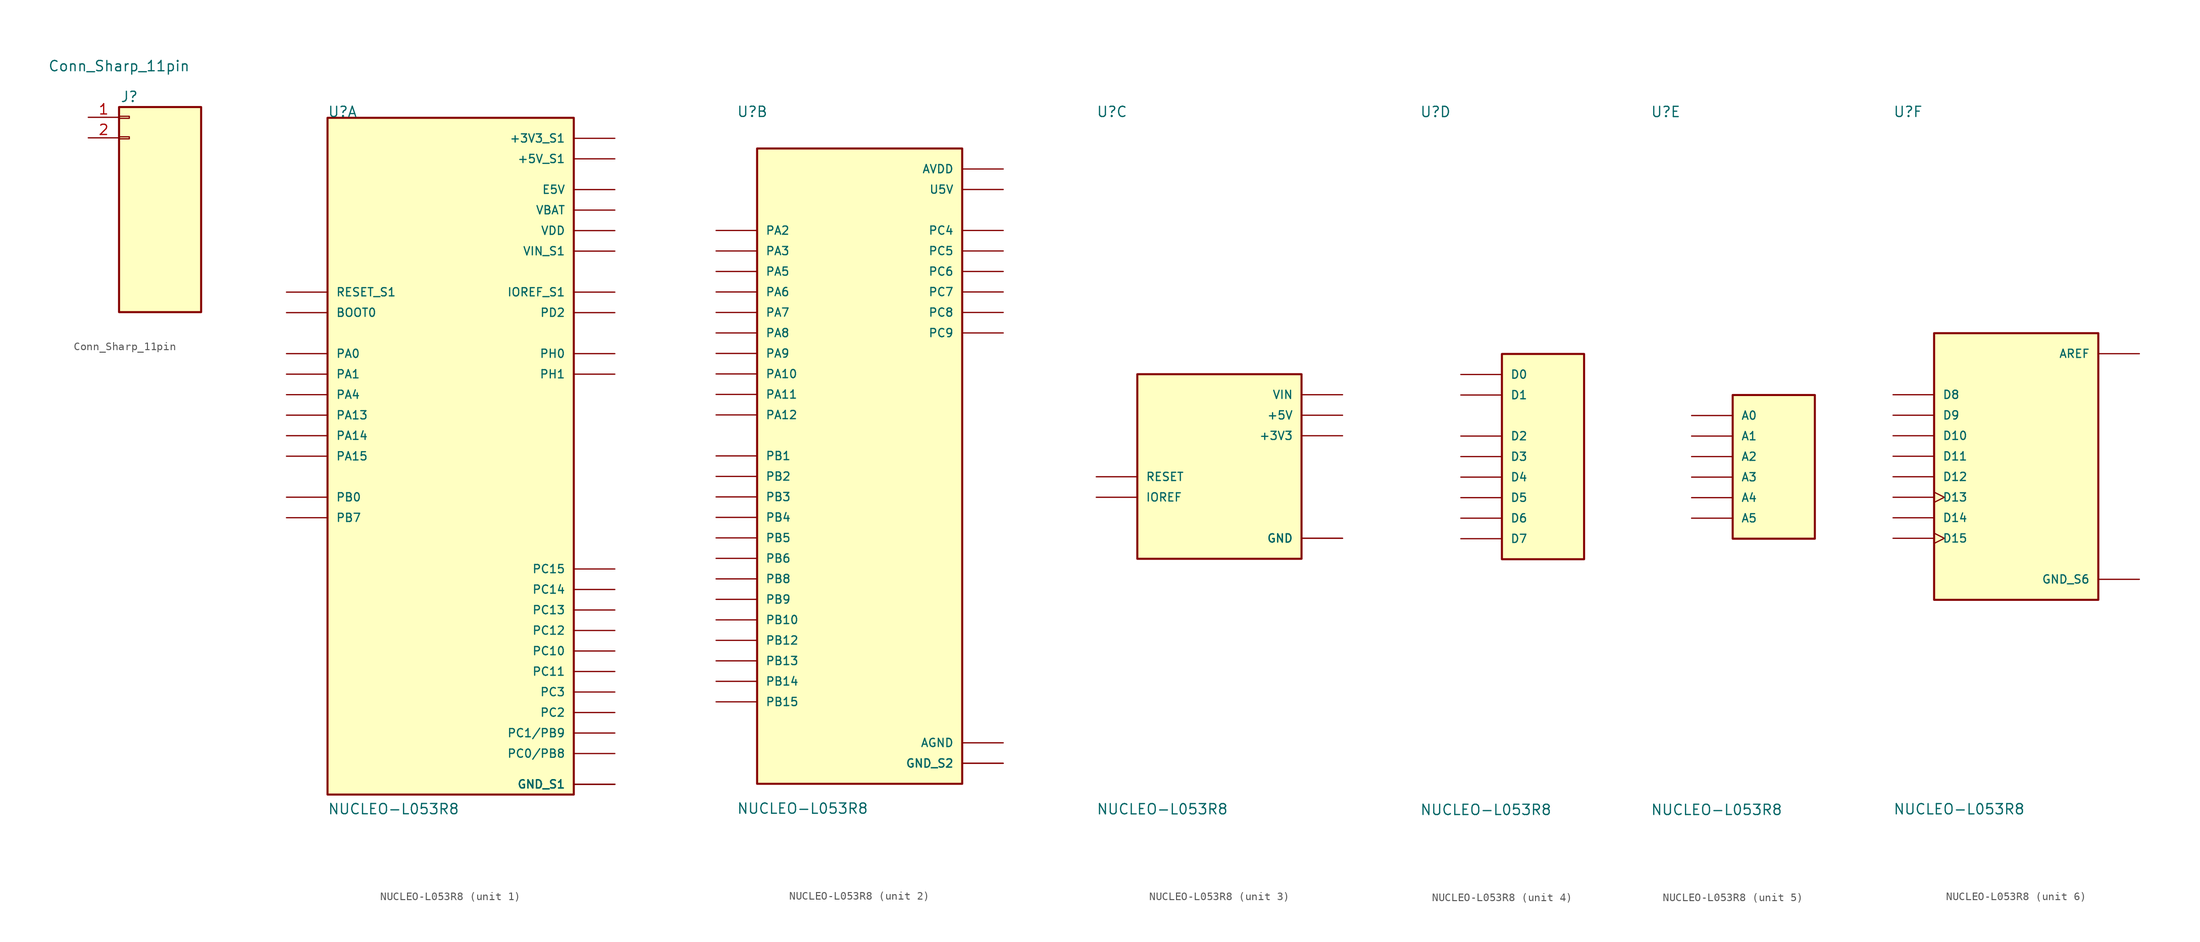
<source format=kicad_sym>
(kicad_symbol_lib
  (version 20211014)
  (generator kicad_symbol_editor)
  (symbol "Conn_Sharp_11pin"
    (pin_names
      (offset 1.016) hide)
    (property "Reference" "J"
      (at 0 2.54 0)
      (effects (font (size 1.27 1.27))))
    (property "Value" "Conn_Sharp_11pin"
      (at -1.27 6.35 0)
      (effects (font (size 1.27 1.27))))
    (symbol "Conn_Sharp_11pin_1_1"
      (rectangle (start -1.27 -2.413) (end 0 -2.667) (stroke (width 0.152) (type default) (color 0 0 0 0)) (fill (type none)))
      (rectangle (start -1.27 0.127) (end 0 -0.127) (stroke (width 0.152) (type default) (color 0 0 0 0)) (fill (type none)))
      (rectangle (start -1.27 1.27) (end 8.89 -24.13) (stroke (width 0.254) (type default) (color 0 0 0 0)) (fill (type background)))
      (pin passive line (at -5.08 0 0) (length 3.81) (name "MT_OUT2" (effects (font (size 1.27 1.27)))) (number "1" (effects (font (size 1.27 1.27)))))
      (pin passive line (at -5.08 -2.54 0) (length 3.81) (name "VGG" (effects (font (size 1.27 1.27)))) (number "2" (effects (font (size 1.27 1.27)))))))
  (symbol "NUCLEO-L053R8"
    (pin_numbers hide)
    (pin_names
      (offset 1.016))
    (property "Reference" "U"
      (at -15.24 41.91 0)
      (effects (font (size 1.27 1.27)) (justify left bottom)))
    (property "Value" "NUCLEO-L053R8"
      (at -15.24 -44.45 0)
      (effects (font (size 1.27 1.27)) (justify left bottom)))
    (property "ki_locked" ""
      (at 0 0 0)
      (effects (font (size 1.27 1.27))))
    (symbol "NUCLEO-L053R8_1_0"
      (rectangle (start -15.24 -41.91) (end 15.24 41.91) (stroke (width 0.254) (type default) (color 0 0 0 0)) (fill (type background)))
      (pin bidirectional line (at 20.32 -24.13 180) (length 5.08) (name "PC10" (effects (font (size 1.016 1.016)))) (number "CN7_1" (effects (font (size 1.016 1.016)))))
      (pin bidirectional line (at 20.32 20.32 180) (length 5.08) (name "IOREF_S1" (effects (font (size 1.016 1.016)))) (number "CN7_12" (effects (font (size 1.016 1.016)))))
      (pin bidirectional line (at -20.32 5.08 0) (length 5.08) (name "PA13" (effects (font (size 1.016 1.016)))) (number "CN7_13" (effects (font (size 1.016 1.016)))))
      (pin bidirectional line (at -20.32 20.32 0) (length 5.08) (name "RESET_S1" (effects (font (size 1.016 1.016)))) (number "CN7_14" (effects (font (size 1.016 1.016)))))
      (pin bidirectional line (at -20.32 2.54 0) (length 5.08) (name "PA14" (effects (font (size 1.016 1.016)))) (number "CN7_15" (effects (font (size 1.016 1.016)))))
      (pin power_in line (at 20.32 39.37 180) (length 5.08) (name "+3V3_S1" (effects (font (size 1.016 1.016)))) (number "CN7_16" (effects (font (size 1.016 1.016)))))
      (pin bidirectional line (at -20.32 0 0) (length 5.08) (name "PA15" (effects (font (size 1.016 1.016)))) (number "CN7_17" (effects (font (size 1.016 1.016)))))
      (pin power_in line (at 20.32 36.83 180) (length 5.08) (name "+5V_S1" (effects (font (size 1.016 1.016)))) (number "CN7_18" (effects (font (size 1.016 1.016)))))
      (pin power_in line (at 20.32 -40.64 180) (length 5.08) (name "GND_S1" (effects (font (size 1.016 1.016)))) (number "CN7_19" (effects (font (size 1.016 1.016)))))
      (pin bidirectional line (at 20.32 -26.67 180) (length 5.08) (name "PC11" (effects (font (size 1.016 1.016)))) (number "CN7_2" (effects (font (size 1.016 1.016)))))
      (pin power_in line (at 20.32 -40.64 180) (length 5.08) (name "GND_S1" (effects (font (size 1.016 1.016)))) (number "CN7_20" (effects (font (size 1.016 1.016)))))
      (pin bidirectional line (at -20.32 -7.62 0) (length 5.08) (name "PB7" (effects (font (size 1.016 1.016)))) (number "CN7_21" (effects (font (size 1.016 1.016)))))
      (pin power_in line (at 20.32 -40.64 180) (length 5.08) (name "GND_S1" (effects (font (size 1.016 1.016)))) (number "CN7_22" (effects (font (size 1.016 1.016)))))
      (pin bidirectional line (at 20.32 -19.05 180) (length 5.08) (name "PC13" (effects (font (size 1.016 1.016)))) (number "CN7_23" (effects (font (size 1.016 1.016)))))
      (pin power_in line (at 20.32 25.4 180) (length 5.08) (name "VIN_S1" (effects (font (size 1.016 1.016)))) (number "CN7_24" (effects (font (size 1.016 1.016)))))
      (pin bidirectional line (at 20.32 -16.51 180) (length 5.08) (name "PC14" (effects (font (size 1.016 1.016)))) (number "CN7_25" (effects (font (size 1.016 1.016)))))
      (pin bidirectional line (at 20.32 -13.97 180) (length 5.08) (name "PC15" (effects (font (size 1.016 1.016)))) (number "CN7_27" (effects (font (size 1.016 1.016)))))
      (pin bidirectional line (at -20.32 12.7 0) (length 5.08) (name "PA0" (effects (font (size 1.016 1.016)))) (number "CN7_28" (effects (font (size 1.016 1.016)))))
      (pin bidirectional line (at 20.32 12.7 180) (length 5.08) (name "PH0" (effects (font (size 1.016 1.016)))) (number "CN7_29" (effects (font (size 1.016 1.016)))))
      (pin bidirectional line (at 20.32 -21.59 180) (length 5.08) (name "PC12" (effects (font (size 1.016 1.016)))) (number "CN7_3" (effects (font (size 1.016 1.016)))))
      (pin bidirectional line (at -20.32 10.16 0) (length 5.08) (name "PA1" (effects (font (size 1.016 1.016)))) (number "CN7_30" (effects (font (size 1.016 1.016)))))
      (pin bidirectional line (at 20.32 10.16 180) (length 5.08) (name "PH1" (effects (font (size 1.016 1.016)))) (number "CN7_31" (effects (font (size 1.016 1.016)))))
      (pin bidirectional line (at -20.32 7.62 0) (length 5.08) (name "PA4" (effects (font (size 1.016 1.016)))) (number "CN7_32" (effects (font (size 1.016 1.016)))))
      (pin power_in line (at 20.32 30.48 180) (length 5.08) (name "VBAT" (effects (font (size 1.016 1.016)))) (number "CN7_33" (effects (font (size 1.016 1.016)))))
      (pin bidirectional line (at -20.32 -5.08 0) (length 5.08) (name "PB0" (effects (font (size 1.016 1.016)))) (number "CN7_34" (effects (font (size 1.016 1.016)))))
      (pin bidirectional line (at 20.32 -31.75 180) (length 5.08) (name "PC2" (effects (font (size 1.016 1.016)))) (number "CN7_35" (effects (font (size 1.016 1.016)))))
      (pin bidirectional line (at 20.32 -34.29 180) (length 5.08) (name "PC1/PB9" (effects (font (size 1.016 1.016)))) (number "CN7_36" (effects (font (size 1.016 1.016)))))
      (pin bidirectional line (at 20.32 -29.21 180) (length 5.08) (name "PC3" (effects (font (size 1.016 1.016)))) (number "CN7_37" (effects (font (size 1.016 1.016)))))
      (pin bidirectional line (at 20.32 -36.83 180) (length 5.08) (name "PC0/PB8" (effects (font (size 1.016 1.016)))) (number "CN7_38" (effects (font (size 1.016 1.016)))))
      (pin bidirectional line (at 20.32 17.78 180) (length 5.08) (name "PD2" (effects (font (size 1.016 1.016)))) (number "CN7_4" (effects (font (size 1.016 1.016)))))
      (pin power_in line (at 20.32 27.94 180) (length 5.08) (name "VDD" (effects (font (size 1.016 1.016)))) (number "CN7_5" (effects (font (size 1.016 1.016)))))
      (pin power_in line (at 20.32 33.02 180) (length 5.08) (name "E5V" (effects (font (size 1.016 1.016)))) (number "CN7_6" (effects (font (size 1.016 1.016)))))
      (pin bidirectional line (at -20.32 17.78 0) (length 5.08) (name "BOOT0" (effects (font (size 1.016 1.016)))) (number "CN7_7" (effects (font (size 1.016 1.016)))))
      (pin power_in line (at 20.32 -40.64 180) (length 5.08) (name "GND_S1" (effects (font (size 1.016 1.016)))) (number "CN7_8" (effects (font (size 1.016 1.016))))))
    (symbol "NUCLEO-L053R8_2_0"
      (rectangle (start -12.7 -40.64) (end 12.7 38.1) (stroke (width 0.254) (type default) (color 0 0 0 0)) (fill (type background)))
      (pin bidirectional line (at 17.78 15.24 180) (length 5.08) (name "PC9" (effects (font (size 1.016 1.016)))) (number "CN10_1" (effects (font (size 1.016 1.016)))))
      (pin bidirectional line (at -17.78 22.86 0) (length 5.08) (name "PA5" (effects (font (size 1.016 1.016)))) (number "CN10_11" (effects (font (size 1.016 1.016)))))
      (pin bidirectional line (at -17.78 5.08 0) (length 5.08) (name "PA12" (effects (font (size 1.016 1.016)))) (number "CN10_12" (effects (font (size 1.016 1.016)))))
      (pin bidirectional line (at -17.78 20.32 0) (length 5.08) (name "PA6" (effects (font (size 1.016 1.016)))) (number "CN10_13" (effects (font (size 1.016 1.016)))))
      (pin bidirectional line (at -17.78 7.62 0) (length 5.08) (name "PA11" (effects (font (size 1.016 1.016)))) (number "CN10_14" (effects (font (size 1.016 1.016)))))
      (pin bidirectional line (at -17.78 17.78 0) (length 5.08) (name "PA7" (effects (font (size 1.016 1.016)))) (number "CN10_15" (effects (font (size 1.016 1.016)))))
      (pin bidirectional line (at -17.78 -22.86 0) (length 5.08) (name "PB12" (effects (font (size 1.016 1.016)))) (number "CN10_16" (effects (font (size 1.016 1.016)))))
      (pin bidirectional line (at -17.78 -12.7 0) (length 5.08) (name "PB6" (effects (font (size 1.016 1.016)))) (number "CN10_17" (effects (font (size 1.016 1.016)))))
      (pin bidirectional line (at 17.78 20.32 180) (length 5.08) (name "PC7" (effects (font (size 1.016 1.016)))) (number "CN10_19" (effects (font (size 1.016 1.016)))))
      (pin bidirectional line (at 17.78 17.78 180) (length 5.08) (name "PC8" (effects (font (size 1.016 1.016)))) (number "CN10_2" (effects (font (size 1.016 1.016)))))
      (pin power_in line (at 17.78 -38.1 180) (length 5.08) (name "GND_S2" (effects (font (size 1.016 1.016)))) (number "CN10_20" (effects (font (size 1.016 1.016)))))
      (pin bidirectional line (at -17.78 12.7 0) (length 5.08) (name "PA9" (effects (font (size 1.016 1.016)))) (number "CN10_21" (effects (font (size 1.016 1.016)))))
      (pin bidirectional line (at -17.78 -2.54 0) (length 5.08) (name "PB2" (effects (font (size 1.016 1.016)))) (number "CN10_22" (effects (font (size 1.016 1.016)))))
      (pin bidirectional line (at -17.78 15.24 0) (length 5.08) (name "PA8" (effects (font (size 1.016 1.016)))) (number "CN10_23" (effects (font (size 1.016 1.016)))))
      (pin bidirectional line (at -17.78 0 0) (length 5.08) (name "PB1" (effects (font (size 1.016 1.016)))) (number "CN10_24" (effects (font (size 1.016 1.016)))))
      (pin bidirectional line (at -17.78 -20.32 0) (length 5.08) (name "PB10" (effects (font (size 1.016 1.016)))) (number "CN10_25" (effects (font (size 1.016 1.016)))))
      (pin bidirectional line (at -17.78 -30.48 0) (length 5.08) (name "PB15" (effects (font (size 1.016 1.016)))) (number "CN10_26" (effects (font (size 1.016 1.016)))))
      (pin bidirectional line (at -17.78 -7.62 0) (length 5.08) (name "PB4" (effects (font (size 1.016 1.016)))) (number "CN10_27" (effects (font (size 1.016 1.016)))))
      (pin bidirectional line (at -17.78 -27.94 0) (length 5.08) (name "PB14" (effects (font (size 1.016 1.016)))) (number "CN10_28" (effects (font (size 1.016 1.016)))))
      (pin bidirectional line (at -17.78 -10.16 0) (length 5.08) (name "PB5" (effects (font (size 1.016 1.016)))) (number "CN10_29" (effects (font (size 1.016 1.016)))))
      (pin bidirectional line (at -17.78 -15.24 0) (length 5.08) (name "PB8" (effects (font (size 1.016 1.016)))) (number "CN10_3" (effects (font (size 1.016 1.016)))))
      (pin bidirectional line (at -17.78 -25.4 0) (length 5.08) (name "PB13" (effects (font (size 1.016 1.016)))) (number "CN10_30" (effects (font (size 1.016 1.016)))))
      (pin bidirectional line (at -17.78 -5.08 0) (length 5.08) (name "PB3" (effects (font (size 1.016 1.016)))) (number "CN10_31" (effects (font (size 1.016 1.016)))))
      (pin power_in line (at 17.78 -35.56 180) (length 5.08) (name "AGND" (effects (font (size 1.016 1.016)))) (number "CN10_32" (effects (font (size 1.016 1.016)))))
      (pin bidirectional line (at -17.78 10.16 0) (length 5.08) (name "PA10" (effects (font (size 1.016 1.016)))) (number "CN10_33" (effects (font (size 1.016 1.016)))))
      (pin bidirectional line (at 17.78 27.94 180) (length 5.08) (name "PC4" (effects (font (size 1.016 1.016)))) (number "CN10_34" (effects (font (size 1.016 1.016)))))
      (pin bidirectional line (at -17.78 27.94 0) (length 5.08) (name "PA2" (effects (font (size 1.016 1.016)))) (number "CN10_35" (effects (font (size 1.016 1.016)))))
      (pin bidirectional line (at -17.78 25.4 0) (length 5.08) (name "PA3" (effects (font (size 1.016 1.016)))) (number "CN10_37" (effects (font (size 1.016 1.016)))))
      (pin bidirectional line (at 17.78 22.86 180) (length 5.08) (name "PC6" (effects (font (size 1.016 1.016)))) (number "CN10_4" (effects (font (size 1.016 1.016)))))
      (pin bidirectional line (at -17.78 -17.78 0) (length 5.08) (name "PB9" (effects (font (size 1.016 1.016)))) (number "CN10_5" (effects (font (size 1.016 1.016)))))
      (pin bidirectional line (at 17.78 25.4 180) (length 5.08) (name "PC5" (effects (font (size 1.016 1.016)))) (number "CN10_6" (effects (font (size 1.016 1.016)))))
      (pin power_in line (at 17.78 35.56 180) (length 5.08) (name "AVDD" (effects (font (size 1.016 1.016)))) (number "CN10_7" (effects (font (size 1.016 1.016)))))
      (pin power_in line (at 17.78 33.02 180) (length 5.08) (name "U5V" (effects (font (size 1.016 1.016)))) (number "CN10_8" (effects (font (size 1.016 1.016)))))
      (pin power_in line (at 17.78 -38.1 180) (length 5.08) (name "GND_S2" (effects (font (size 1.016 1.016)))) (number "CN10_9" (effects (font (size 1.016 1.016))))))
    (symbol "NUCLEO-L053R8_3_0"
      (rectangle (start -10.16 -12.7) (end 10.16 10.16) (stroke (width 0.254) (type default) (color 0 0 0 0)) (fill (type background)))
      (pin bidirectional line (at -15.24 -5.08 0) (length 5.08) (name "IOREF" (effects (font (size 1.016 1.016)))) (number "CN6_2" (effects (font (size 1.016 1.016)))))
      (pin bidirectional line (at -15.24 -2.54 0) (length 5.08) (name "RESET" (effects (font (size 1.016 1.016)))) (number "CN6_3" (effects (font (size 1.016 1.016)))))
      (pin power_in line (at 15.24 2.54 180) (length 5.08) (name "+3V3" (effects (font (size 1.016 1.016)))) (number "CN6_4" (effects (font (size 1.016 1.016)))))
      (pin power_in line (at 15.24 5.08 180) (length 5.08) (name "+5V" (effects (font (size 1.016 1.016)))) (number "CN6_5" (effects (font (size 1.016 1.016)))))
      (pin power_in line (at 15.24 -10.16 180) (length 5.08) (name "GND" (effects (font (size 1.016 1.016)))) (number "CN6_6" (effects (font (size 1.016 1.016)))))
      (pin power_in line (at 15.24 -10.16 180) (length 5.08) (name "GND" (effects (font (size 1.016 1.016)))) (number "CN6_7" (effects (font (size 1.016 1.016)))))
      (pin power_in line (at 15.24 7.62 180) (length 5.08) (name "VIN" (effects (font (size 1.016 1.016)))) (number "CN6_8" (effects (font (size 1.016 1.016))))))
    (symbol "NUCLEO-L053R8_4_0"
      (rectangle (start -5.08 -12.7) (end 5.08 12.7) (stroke (width 0.254) (type default) (color 0 0 0 0)) (fill (type background)))
      (pin input line (at -10.16 10.16 0) (length 5.08) (name "D0" (effects (font (size 1.016 1.016)))) (number "CN9_1" (effects (font (size 1.016 1.016)))))
      (pin output line (at -10.16 7.62 0) (length 5.08) (name "D1" (effects (font (size 1.016 1.016)))) (number "CN9_2" (effects (font (size 1.016 1.016)))))
      (pin bidirectional line (at -10.16 2.54 0) (length 5.08) (name "D2" (effects (font (size 1.016 1.016)))) (number "CN9_3" (effects (font (size 1.016 1.016)))))
      (pin bidirectional line (at -10.16 0 0) (length 5.08) (name "D3" (effects (font (size 1.016 1.016)))) (number "CN9_4" (effects (font (size 1.016 1.016)))))
      (pin bidirectional line (at -10.16 -2.54 0) (length 5.08) (name "D4" (effects (font (size 1.016 1.016)))) (number "CN9_5" (effects (font (size 1.016 1.016)))))
      (pin bidirectional line (at -10.16 -5.08 0) (length 5.08) (name "D5" (effects (font (size 1.016 1.016)))) (number "CN9_6" (effects (font (size 1.016 1.016)))))
      (pin bidirectional line (at -10.16 -7.62 0) (length 5.08) (name "D6" (effects (font (size 1.016 1.016)))) (number "CN9_7" (effects (font (size 1.016 1.016)))))
      (pin bidirectional line (at -10.16 -10.16 0) (length 5.08) (name "D7" (effects (font (size 1.016 1.016)))) (number "CN9_8" (effects (font (size 1.016 1.016))))))
    (symbol "NUCLEO-L053R8_5_0"
      (rectangle (start -5.08 -10.16) (end 5.08 7.62) (stroke (width 0.254) (type default) (color 0 0 0 0)) (fill (type background)))
      (pin input line (at -10.16 5.08 0) (length 5.08) (name "A0" (effects (font (size 1.016 1.016)))) (number "CN8_1" (effects (font (size 1.016 1.016)))))
      (pin input line (at -10.16 2.54 0) (length 5.08) (name "A1" (effects (font (size 1.016 1.016)))) (number "CN8_2" (effects (font (size 1.016 1.016)))))
      (pin input line (at -10.16 0 0) (length 5.08) (name "A2" (effects (font (size 1.016 1.016)))) (number "CN8_3" (effects (font (size 1.016 1.016)))))
      (pin input line (at -10.16 -2.54 0) (length 5.08) (name "A3" (effects (font (size 1.016 1.016)))) (number "CN8_4" (effects (font (size 1.016 1.016)))))
      (pin input line (at -10.16 -5.08 0) (length 5.08) (name "A4" (effects (font (size 1.016 1.016)))) (number "CN8_5" (effects (font (size 1.016 1.016)))))
      (pin input line (at -10.16 -7.62 0) (length 5.08) (name "A5" (effects (font (size 1.016 1.016)))) (number "CN8_6" (effects (font (size 1.016 1.016))))))
    (symbol "NUCLEO-L053R8_6_0"
      (rectangle (start -10.16 -17.78) (end 10.16 15.24) (stroke (width 0.254) (type default) (color 0 0 0 0)) (fill (type background)))
      (pin bidirectional line (at -15.24 7.62 0) (length 5.08) (name "D8" (effects (font (size 1.016 1.016)))) (number "CN5_1" (effects (font (size 1.016 1.016)))))
      (pin bidirectional clock (at -15.24 -10.16 0) (length 5.08) (name "D15" (effects (font (size 1.016 1.016)))) (number "CN5_10" (effects (font (size 1.016 1.016)))))
      (pin bidirectional line (at -15.24 5.08 0) (length 5.08) (name "D9" (effects (font (size 1.016 1.016)))) (number "CN5_2" (effects (font (size 1.016 1.016)))))
      (pin bidirectional line (at -15.24 2.54 0) (length 5.08) (name "D10" (effects (font (size 1.016 1.016)))) (number "CN5_3" (effects (font (size 1.016 1.016)))))
      (pin bidirectional line (at -15.24 0 0) (length 5.08) (name "D11" (effects (font (size 1.016 1.016)))) (number "CN5_4" (effects (font (size 1.016 1.016)))))
      (pin bidirectional line (at -15.24 -2.54 0) (length 5.08) (name "D12" (effects (font (size 1.016 1.016)))) (number "CN5_5" (effects (font (size 1.016 1.016)))))
      (pin bidirectional clock (at -15.24 -5.08 0) (length 5.08) (name "D13" (effects (font (size 1.016 1.016)))) (number "CN5_6" (effects (font (size 1.016 1.016)))))
      (pin power_in line (at 15.24 -15.24 180) (length 5.08) (name "GND_S6" (effects (font (size 1.016 1.016)))) (number "CN5_7" (effects (font (size 1.016 1.016)))))
      (pin power_in line (at 15.24 12.7 180) (length 5.08) (name "AREF" (effects (font (size 1.016 1.016)))) (number "CN5_8" (effects (font (size 1.016 1.016)))))
      (pin bidirectional line (at -15.24 -7.62 0) (length 5.08) (name "D14" (effects (font (size 1.016 1.016)))) (number "CN5_9" (effects (font (size 1.016 1.016))))))))
</source>
